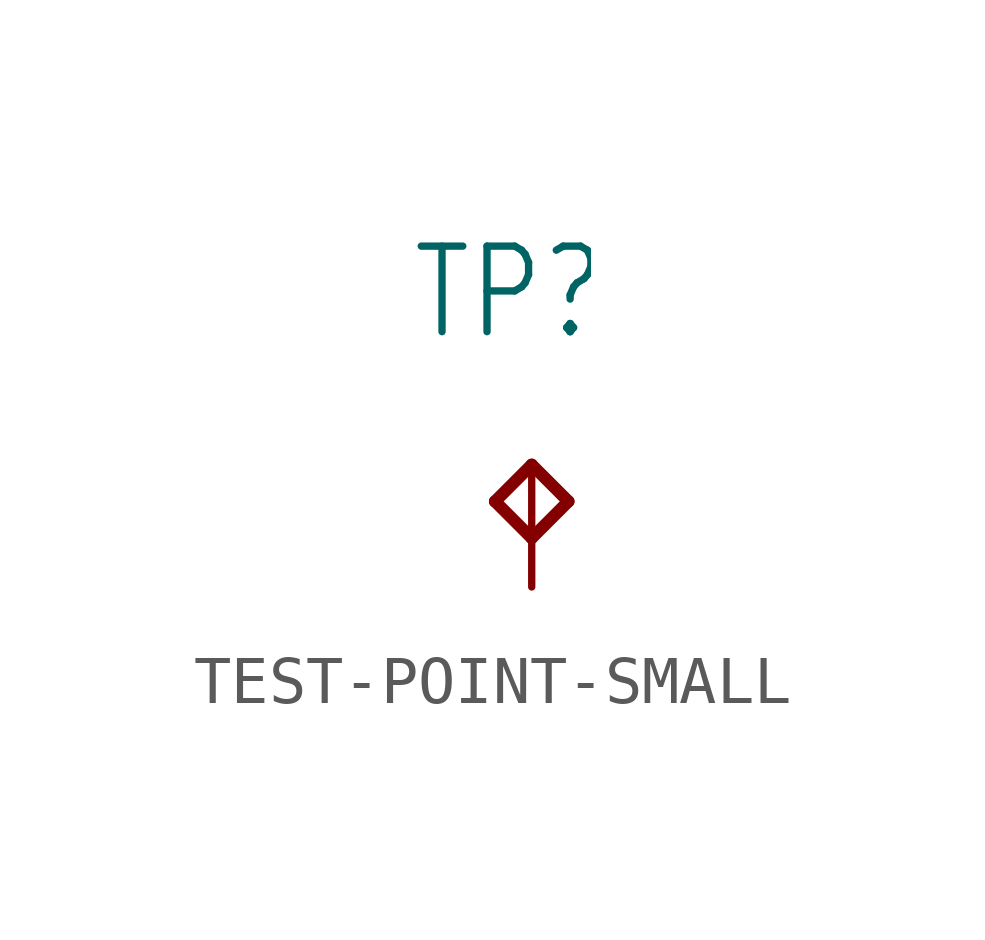
<source format=kicad_sym>
(kicad_symbol_lib
  (version 20241209)
  (generator "kicad_symbol_editor")
  (generator_version "9.0")
  (symbol "TEST-POINT-SMALL"
    (property "Reference" "TP"
      (at -2.54 2.54 0)
      (effects (font (size 1.778 1.511)) (justify left bottom)))
    (property "ki_locked" ""
      (at 0 0 0)
      (effects (font (size 1.27 1.27))))
    (symbol "TEST-POINT-SMALL_1_0"
      (polyline (pts (xy -0.762 -0.762) (xy 0 0)) (stroke (width 0.254) (type solid)) (fill (type none)))
      (polyline (pts (xy 0 0) (xy 0.762 -0.762)) (stroke (width 0.254) (type solid)) (fill (type none)))
      (polyline (pts (xy 0 -1.524) (xy -0.762 -0.762)) (stroke (width 0.254) (type solid)) (fill (type none)))
      (polyline (pts (xy 0.762 -0.762) (xy 0 -1.524)) (stroke (width 0.254) (type solid)) (fill (type none)))
      (pin input line (at 0 -2.54 90) (length 2.54) (name "TP" (effects (font (size 0 0)))) (number "TP" (effects (font (size 0 0))))))))
</source>
